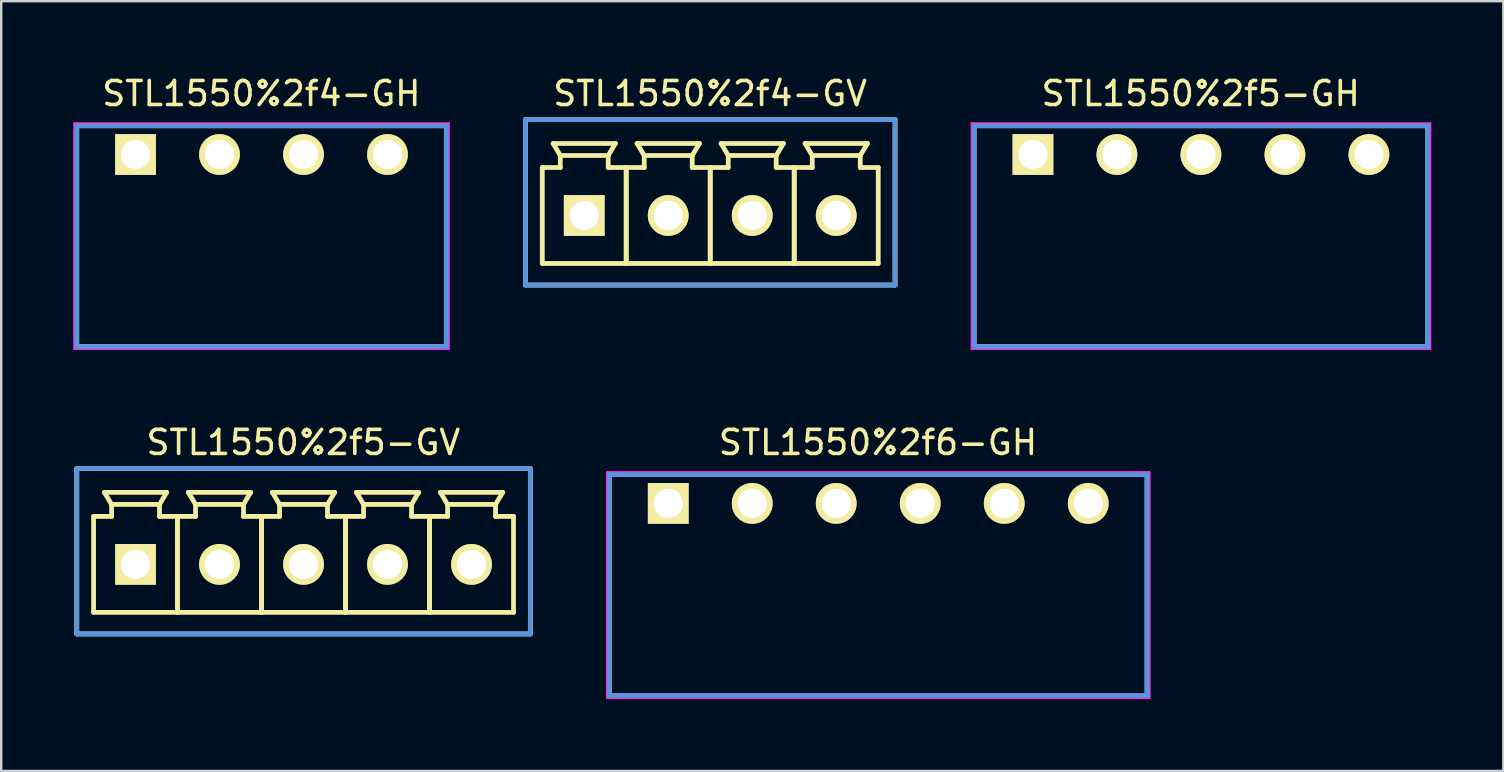
<source format=kicad_pcb>
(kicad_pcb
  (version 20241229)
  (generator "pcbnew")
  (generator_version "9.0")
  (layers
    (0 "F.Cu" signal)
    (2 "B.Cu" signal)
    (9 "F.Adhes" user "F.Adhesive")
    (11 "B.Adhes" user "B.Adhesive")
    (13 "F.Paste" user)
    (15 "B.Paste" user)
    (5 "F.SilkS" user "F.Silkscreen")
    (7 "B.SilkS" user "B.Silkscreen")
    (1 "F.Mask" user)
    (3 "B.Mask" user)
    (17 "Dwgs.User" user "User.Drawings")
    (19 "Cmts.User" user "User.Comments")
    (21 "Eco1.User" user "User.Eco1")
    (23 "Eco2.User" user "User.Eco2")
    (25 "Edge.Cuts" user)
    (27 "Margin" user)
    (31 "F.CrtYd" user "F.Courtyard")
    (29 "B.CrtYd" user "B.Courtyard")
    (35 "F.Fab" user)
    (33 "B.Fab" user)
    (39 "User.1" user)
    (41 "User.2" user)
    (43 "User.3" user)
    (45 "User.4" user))
  (footprint "STL1550%2f5-GV"
    (layer "F.Cu")
    (at 2.597 20.464)
    (property "Reference" "STL1550%2f5-GV" (at 6.99 -5.08 0) (layer "F.SilkS") (effects (font (size 1.001 1.001) (thickness 0.15))))
    (attr through_hole)
    (fp_line (start -2.449 -3.998) (end -2.449 2.898) (stroke (width 0.198) (type solid)) (layer "F.SilkS"))
    (fp_line (start -2.449 2.898) (end 16.449 2.898) (stroke (width 0.198) (type solid)) (layer "F.SilkS"))
    (fp_line (start -1.748 -1.999) (end -0.998 -1.999) (stroke (width 0.198) (type solid)) (layer "F.SilkS"))
    (fp_line (start -1.748 1.999) (end -1.748 -1.999) (stroke (width 0.198) (type solid)) (layer "F.SilkS"))
    (fp_line (start -1.298 -3) (end 1.298 -3) (stroke (width 0.198) (type solid)) (layer "F.SilkS"))
    (fp_line (start -0.998 -2.499) (end -1.298 -3) (stroke (width 0.198) (type solid)) (layer "F.SilkS"))
    (fp_line (start -0.998 -2.499) (end 0.998 -2.499) (stroke (width 0.198) (type solid)) (layer "F.SilkS"))
    (fp_line (start -0.998 -1.999) (end -0.998 -2.499) (stroke (width 0.198) (type solid)) (layer "F.SilkS"))
    (fp_line (start 0.998 -2.499) (end 0.998 -1.999) (stroke (width 0.198) (type solid)) (layer "F.SilkS"))
    (fp_line (start 0.998 -1.999) (end 1.748 -1.999) (stroke (width 0.198) (type solid)) (layer "F.SilkS"))
    (fp_line (start 1.298 -3) (end 0.998 -2.499) (stroke (width 0.198) (type solid)) (layer "F.SilkS"))
    (fp_line (start 1.748 -1.999) (end 1.748 1.999) (stroke (width 0.198) (type solid)) (layer "F.SilkS"))
    (fp_line (start 1.748 -1.999) (end 2.499 -1.999) (stroke (width 0.198) (type solid)) (layer "F.SilkS"))
    (fp_line (start 1.748 1.999) (end -1.748 1.999) (stroke (width 0.198) (type solid)) (layer "F.SilkS"))
    (fp_line (start 1.748 1.999) (end 1.748 -1.999) (stroke (width 0.198) (type solid)) (layer "F.SilkS"))
    (fp_line (start 2.2 -3) (end 4.798 -3) (stroke (width 0.198) (type solid)) (layer "F.SilkS"))
    (fp_line (start 2.499 -2.499) (end 2.2 -3) (stroke (width 0.198) (type solid)) (layer "F.SilkS"))
    (fp_line (start 2.499 -2.499) (end 4.498 -2.499) (stroke (width 0.198) (type solid)) (layer "F.SilkS"))
    (fp_line (start 2.499 -1.999) (end 2.499 -2.499) (stroke (width 0.198) (type solid)) (layer "F.SilkS"))
    (fp_line (start 4.498 -2.499) (end 4.498 -1.999) (stroke (width 0.198) (type solid)) (layer "F.SilkS"))
    (fp_line (start 4.498 -1.999) (end 5.248 -1.999) (stroke (width 0.198) (type solid)) (layer "F.SilkS"))
    (fp_line (start 4.798 -3) (end 4.498 -2.499) (stroke (width 0.198) (type solid)) (layer "F.SilkS"))
    (fp_line (start 5.248 -1.999) (end 5.248 1.999) (stroke (width 0.198) (type solid)) (layer "F.SilkS"))
    (fp_line (start 5.248 -1.999) (end 5.999 -1.999) (stroke (width 0.198) (type solid)) (layer "F.SilkS"))
    (fp_line (start 5.248 1.999) (end 1.748 1.999) (stroke (width 0.198) (type solid)) (layer "F.SilkS"))
    (fp_line (start 5.248 1.999) (end 5.248 -1.999) (stroke (width 0.198) (type solid)) (layer "F.SilkS"))
    (fp_line (start 5.7 -3) (end 8.298 -3) (stroke (width 0.198) (type solid)) (layer "F.SilkS"))
    (fp_line (start 5.999 -2.499) (end 5.7 -3) (stroke (width 0.198) (type solid)) (layer "F.SilkS"))
    (fp_line (start 5.999 -2.499) (end 7.998 -2.499) (stroke (width 0.198) (type solid)) (layer "F.SilkS"))
    (fp_line (start 5.999 -1.999) (end 5.999 -2.499) (stroke (width 0.198) (type solid)) (layer "F.SilkS"))
    (fp_line (start 7.998 -2.499) (end 7.998 -1.999) (stroke (width 0.198) (type solid)) (layer "F.SilkS"))
    (fp_line (start 7.998 -1.999) (end 8.748 -1.999) (stroke (width 0.198) (type solid)) (layer "F.SilkS"))
    (fp_line (start 8.298 -3) (end 7.998 -2.499) (stroke (width 0.198) (type solid)) (layer "F.SilkS"))
    (fp_line (start 8.748 -1.999) (end 8.748 1.999) (stroke (width 0.198) (type solid)) (layer "F.SilkS"))
    (fp_line (start 8.748 -1.999) (end 9.5 -1.999) (stroke (width 0.198) (type solid)) (layer "F.SilkS"))
    (fp_line (start 8.748 1.999) (end 5.248 1.999) (stroke (width 0.198) (type solid)) (layer "F.SilkS"))
    (fp_line (start 8.748 1.999) (end 8.748 -1.999) (stroke (width 0.198) (type solid)) (layer "F.SilkS"))
    (fp_line (start 9.2 -3) (end 11.798 -3) (stroke (width 0.198) (type solid)) (layer "F.SilkS"))
    (fp_line (start 9.5 -2.499) (end 9.2 -3) (stroke (width 0.198) (type solid)) (layer "F.SilkS"))
    (fp_line (start 9.5 -2.499) (end 11.499 -2.499) (stroke (width 0.198) (type solid)) (layer "F.SilkS"))
    (fp_line (start 9.5 -1.999) (end 9.5 -2.499) (stroke (width 0.198) (type solid)) (layer "F.SilkS"))
    (fp_line (start 11.499 -2.499) (end 11.499 -1.999) (stroke (width 0.198) (type solid)) (layer "F.SilkS"))
    (fp_line (start 11.499 -1.999) (end 12.248 -1.999) (stroke (width 0.198) (type solid)) (layer "F.SilkS"))
    (fp_line (start 11.798 -3) (end 11.499 -2.499) (stroke (width 0.198) (type solid)) (layer "F.SilkS"))
    (fp_line (start 12.248 -1.999) (end 12.248 1.999) (stroke (width 0.198) (type solid)) (layer "F.SilkS"))
    (fp_line (start 12.248 -1.999) (end 13 -1.999) (stroke (width 0.198) (type solid)) (layer "F.SilkS"))
    (fp_line (start 12.248 1.999) (end 8.748 1.999) (stroke (width 0.198) (type solid)) (layer "F.SilkS"))
    (fp_line (start 12.248 1.999) (end 12.248 -1.999) (stroke (width 0.198) (type solid)) (layer "F.SilkS"))
    (fp_line (start 12.7 -3) (end 15.298 -3) (stroke (width 0.198) (type solid)) (layer "F.SilkS"))
    (fp_line (start 13 -2.499) (end 12.7 -3) (stroke (width 0.198) (type solid)) (layer "F.SilkS"))
    (fp_line (start 13 -2.499) (end 14.999 -2.499) (stroke (width 0.198) (type solid)) (layer "F.SilkS"))
    (fp_line (start 13 -1.999) (end 13 -2.499) (stroke (width 0.198) (type solid)) (layer "F.SilkS"))
    (fp_line (start 14.999 -2.499) (end 14.999 -1.999) (stroke (width 0.198) (type solid)) (layer "F.SilkS"))
    (fp_line (start 14.999 -1.999) (end 15.748 -1.999) (stroke (width 0.198) (type solid)) (layer "F.SilkS"))
    (fp_line (start 15.298 -3) (end 14.999 -2.499) (stroke (width 0.198) (type solid)) (layer "F.SilkS"))
    (fp_line (start 15.748 -1.999) (end 15.748 1.999) (stroke (width 0.198) (type solid)) (layer "F.SilkS"))
    (fp_line (start 15.748 1.999) (end 12.248 1.999) (stroke (width 0.198) (type solid)) (layer "F.SilkS"))
    (fp_line (start 16.449 -3.998) (end -2.449 -3.998) (stroke (width 0.198) (type solid)) (layer "F.SilkS"))
    (fp_line (start 16.449 2.898) (end 16.449 -3.998) (stroke (width 0.198) (type solid)) (layer "F.SilkS"))
    (fp_line (start -2.449 -3.998) (end -2.449 2.898) (stroke (width 0.198) (type solid)) (layer "Cmts.User"))
    (fp_line (start -2.449 2.898) (end 16.449 2.898) (stroke (width 0.198) (type solid)) (layer "Cmts.User"))
    (fp_line (start 16.449 -3.998) (end -2.449 -3.998) (stroke (width 0.198) (type solid)) (layer "Cmts.User"))
    (fp_line (start 16.449 2.898) (end 16.449 -3.998) (stroke (width 0.198) (type solid)) (layer "Cmts.User"))
    (fp_line (start -2.548 -4.1) (end -2.548 3) (stroke (width 0.099) (type solid)) (layer "Eco1.User"))
    (fp_line (start -2.548 3) (end 16.548 3) (stroke (width 0.099) (type solid)) (layer "Eco1.User"))
    (fp_line (start 16.548 -4.1) (end -2.548 -4.1) (stroke (width 0.099) (type solid)) (layer "Eco1.User"))
    (fp_line (start 16.548 3) (end 16.548 -4.1) (stroke (width 0.099) (type solid)) (layer "Eco1.User"))
    (pad "1" thru_hole rect (at 0 0) (size 1.699 1.699) (drill 1.219) (layers "*.Cu" "*.Mask" "F.SilkS"))
    (pad "2" thru_hole circle (at 3.498 0) (size 1.699 1.699) (drill 1.219) (layers "*.Cu" "*.Mask" "F.SilkS"))
    (pad "3" thru_hole circle (at 6.998 0) (size 1.699 1.699) (drill 1.219) (layers "*.Cu" "*.Mask" "F.SilkS"))
    (pad "4" thru_hole circle (at 10.498 0) (size 1.699 1.699) (drill 1.219) (layers "*.Cu" "*.Mask" "F.SilkS"))
    (pad "5" thru_hole circle (at 13.998 0) (size 1.699 1.699) (drill 1.219) (layers "*.Cu" "*.Mask" "F.SilkS")))
  (footprint "STL1550%2f4-GH"
    (layer "F.Cu")
    (at 2.597 3.388)
    (property "Reference" "STL1550%2f4-GH" (at 5.243 -2.54 0) (layer "F.SilkS") (effects (font (size 1.001 1.001) (thickness 0.15))))
    (attr through_hole)
    (fp_line (start -2.449 -1.199) (end -2.449 7.998) (stroke (width 0.198) (type solid)) (layer "F.SilkS"))
    (fp_line (start -2.449 7.998) (end 12.949 7.998) (stroke (width 0.198) (type solid)) (layer "F.SilkS"))
    (fp_line (start 12.949 -1.199) (end -2.449 -1.199) (stroke (width 0.198) (type solid)) (layer "F.SilkS"))
    (fp_line (start 12.949 7.998) (end 12.949 -1.199) (stroke (width 0.198) (type solid)) (layer "F.SilkS"))
    (fp_line (start -2.449 -1.199) (end -2.449 7.998) (stroke (width 0.198) (type solid)) (layer "Cmts.User"))
    (fp_line (start -2.449 7.998) (end 12.949 7.998) (stroke (width 0.198) (type solid)) (layer "Cmts.User"))
    (fp_line (start 12.949 -1.199) (end -2.449 -1.199) (stroke (width 0.198) (type solid)) (layer "Cmts.User"))
    (fp_line (start 12.949 7.998) (end 12.949 -1.199) (stroke (width 0.198) (type solid)) (layer "Cmts.User"))
    (fp_line (start -2.548 -1.298) (end -2.548 8.098) (stroke (width 0.099) (type solid)) (layer "F.CrtYd"))
    (fp_line (start -2.548 8.098) (end 13.048 8.098) (stroke (width 0.099) (type solid)) (layer "F.CrtYd"))
    (fp_line (start 13.048 -1.298) (end -2.548 -1.298) (stroke (width 0.099) (type solid)) (layer "F.CrtYd"))
    (fp_line (start 13.048 8.098) (end 13.048 -1.298) (stroke (width 0.099) (type solid)) (layer "F.CrtYd"))
    (pad "1" thru_hole rect (at 0 0) (size 1.699 1.699) (drill 1.219) (layers "*.Cu" "*.Mask" "F.SilkS"))
    (pad "2" thru_hole circle (at 3.498 0) (size 1.699 1.699) (drill 1.219) (layers "*.Cu" "*.Mask" "F.SilkS"))
    (pad "3" thru_hole circle (at 6.998 0) (size 1.699 1.699) (drill 1.219) (layers "*.Cu" "*.Mask" "F.SilkS"))
    (pad "4" thru_hole circle (at 10.498 0) (size 1.699 1.699) (drill 1.219) (layers "*.Cu" "*.Mask" "F.SilkS")))
  (footprint "STL1550%2f6-GH"
    (layer "F.Cu")
    (at 24.792 17.924)
    (property "Reference" "STL1550%2f6-GH" (at 8.738 -2.54 0) (layer "F.SilkS") (effects (font (size 1.001 1.001) (thickness 0.15))))
    (attr through_hole)
    (fp_line (start -2.449 -1.199) (end -2.449 7.998) (stroke (width 0.198) (type solid)) (layer "F.SilkS"))
    (fp_line (start -2.449 7.998) (end 19.949 7.998) (stroke (width 0.198) (type solid)) (layer "F.SilkS"))
    (fp_line (start 19.949 -1.199) (end -2.449 -1.199) (stroke (width 0.198) (type solid)) (layer "F.SilkS"))
    (fp_line (start 19.949 7.998) (end 19.949 -1.199) (stroke (width 0.198) (type solid)) (layer "F.SilkS"))
    (fp_line (start -2.449 -1.199) (end -2.449 7.998) (stroke (width 0.198) (type solid)) (layer "Cmts.User"))
    (fp_line (start -2.449 7.998) (end 19.949 7.998) (stroke (width 0.198) (type solid)) (layer "Cmts.User"))
    (fp_line (start 19.949 -1.199) (end -2.449 -1.199) (stroke (width 0.198) (type solid)) (layer "Cmts.User"))
    (fp_line (start 19.949 7.998) (end 19.949 -1.199) (stroke (width 0.198) (type solid)) (layer "Cmts.User"))
    (fp_line (start -2.548 -1.298) (end -2.548 8.098) (stroke (width 0.099) (type solid)) (layer "F.CrtYd"))
    (fp_line (start -2.548 8.098) (end 20.048 8.098) (stroke (width 0.099) (type solid)) (layer "F.CrtYd"))
    (fp_line (start 20.048 -1.298) (end -2.548 -1.298) (stroke (width 0.099) (type solid)) (layer "F.CrtYd"))
    (fp_line (start 20.048 8.098) (end 20.048 -1.298) (stroke (width 0.099) (type solid)) (layer "F.CrtYd"))
    (pad "1" thru_hole rect (at 0 0) (size 1.699 1.699) (drill 1.219) (layers "*.Cu" "*.Mask" "F.SilkS"))
    (pad "2" thru_hole circle (at 3.498 0) (size 1.699 1.699) (drill 1.219) (layers "*.Cu" "*.Mask" "F.SilkS"))
    (pad "3" thru_hole circle (at 6.998 0) (size 1.699 1.699) (drill 1.219) (layers "*.Cu" "*.Mask" "F.SilkS"))
    (pad "4" thru_hole circle (at 10.498 0) (size 1.699 1.699) (drill 1.219) (layers "*.Cu" "*.Mask" "F.SilkS"))
    (pad "5" thru_hole circle (at 13.998 0) (size 1.699 1.699) (drill 1.219) (layers "*.Cu" "*.Mask" "F.SilkS"))
    (pad "6" thru_hole circle (at 17.498 0) (size 1.699 1.699) (drill 1.219) (layers "*.Cu" "*.Mask" "F.SilkS")))
  (footprint "STL1550%2f4-GV"
    (layer "F.Cu")
    (at 21.292 5.928)
    (property "Reference" "STL1550%2f4-GV" (at 5.243 -5.08 0) (layer "F.SilkS") (effects (font (size 1.001 1.001) (thickness 0.15))))
    (attr through_hole)
    (fp_line (start -2.449 -3.998) (end -2.449 2.898) (stroke (width 0.198) (type solid)) (layer "F.SilkS"))
    (fp_line (start -2.449 2.898) (end 12.949 2.898) (stroke (width 0.198) (type solid)) (layer "F.SilkS"))
    (fp_line (start -1.748 -1.999) (end -0.998 -1.999) (stroke (width 0.198) (type solid)) (layer "F.SilkS"))
    (fp_line (start -1.748 1.999) (end -1.748 -1.999) (stroke (width 0.198) (type solid)) (layer "F.SilkS"))
    (fp_line (start -1.298 -3) (end 1.298 -3) (stroke (width 0.198) (type solid)) (layer "F.SilkS"))
    (fp_line (start -0.998 -2.499) (end -1.298 -3) (stroke (width 0.198) (type solid)) (layer "F.SilkS"))
    (fp_line (start -0.998 -2.499) (end 0.998 -2.499) (stroke (width 0.198) (type solid)) (layer "F.SilkS"))
    (fp_line (start -0.998 -1.999) (end -0.998 -2.499) (stroke (width 0.198) (type solid)) (layer "F.SilkS"))
    (fp_line (start 0.998 -2.499) (end 0.998 -1.999) (stroke (width 0.198) (type solid)) (layer "F.SilkS"))
    (fp_line (start 0.998 -1.999) (end 1.748 -1.999) (stroke (width 0.198) (type solid)) (layer "F.SilkS"))
    (fp_line (start 1.298 -3) (end 0.998 -2.499) (stroke (width 0.198) (type solid)) (layer "F.SilkS"))
    (fp_line (start 1.748 -1.999) (end 1.748 1.999) (stroke (width 0.198) (type solid)) (layer "F.SilkS"))
    (fp_line (start 1.748 -1.999) (end 2.499 -1.999) (stroke (width 0.198) (type solid)) (layer "F.SilkS"))
    (fp_line (start 1.748 1.999) (end -1.748 1.999) (stroke (width 0.198) (type solid)) (layer "F.SilkS"))
    (fp_line (start 1.748 1.999) (end 1.748 -1.999) (stroke (width 0.198) (type solid)) (layer "F.SilkS"))
    (fp_line (start 2.2 -3) (end 4.798 -3) (stroke (width 0.198) (type solid)) (layer "F.SilkS"))
    (fp_line (start 2.499 -2.499) (end 2.2 -3) (stroke (width 0.198) (type solid)) (layer "F.SilkS"))
    (fp_line (start 2.499 -2.499) (end 4.498 -2.499) (stroke (width 0.198) (type solid)) (layer "F.SilkS"))
    (fp_line (start 2.499 -1.999) (end 2.499 -2.499) (stroke (width 0.198) (type solid)) (layer "F.SilkS"))
    (fp_line (start 4.498 -2.499) (end 4.498 -1.999) (stroke (width 0.198) (type solid)) (layer "F.SilkS"))
    (fp_line (start 4.498 -1.999) (end 5.248 -1.999) (stroke (width 0.198) (type solid)) (layer "F.SilkS"))
    (fp_line (start 4.798 -3) (end 4.498 -2.499) (stroke (width 0.198) (type solid)) (layer "F.SilkS"))
    (fp_line (start 5.248 -1.999) (end 5.248 1.999) (stroke (width 0.198) (type solid)) (layer "F.SilkS"))
    (fp_line (start 5.248 -1.999) (end 5.999 -1.999) (stroke (width 0.198) (type solid)) (layer "F.SilkS"))
    (fp_line (start 5.248 1.999) (end 1.748 1.999) (stroke (width 0.198) (type solid)) (layer "F.SilkS"))
    (fp_line (start 5.248 1.999) (end 5.248 -1.999) (stroke (width 0.198) (type solid)) (layer "F.SilkS"))
    (fp_line (start 5.7 -3) (end 8.298 -3) (stroke (width 0.198) (type solid)) (layer "F.SilkS"))
    (fp_line (start 5.999 -2.499) (end 5.7 -3) (stroke (width 0.198) (type solid)) (layer "F.SilkS"))
    (fp_line (start 5.999 -2.499) (end 7.998 -2.499) (stroke (width 0.198) (type solid)) (layer "F.SilkS"))
    (fp_line (start 5.999 -1.999) (end 5.999 -2.499) (stroke (width 0.198) (type solid)) (layer "F.SilkS"))
    (fp_line (start 7.998 -2.499) (end 7.998 -1.999) (stroke (width 0.198) (type solid)) (layer "F.SilkS"))
    (fp_line (start 7.998 -1.999) (end 8.748 -1.999) (stroke (width 0.198) (type solid)) (layer "F.SilkS"))
    (fp_line (start 8.298 -3) (end 7.998 -2.499) (stroke (width 0.198) (type solid)) (layer "F.SilkS"))
    (fp_line (start 8.748 -1.999) (end 8.748 1.999) (stroke (width 0.198) (type solid)) (layer "F.SilkS"))
    (fp_line (start 8.748 -1.999) (end 9.5 -1.999) (stroke (width 0.198) (type solid)) (layer "F.SilkS"))
    (fp_line (start 8.748 1.999) (end 5.248 1.999) (stroke (width 0.198) (type solid)) (layer "F.SilkS"))
    (fp_line (start 8.748 1.999) (end 8.748 -1.999) (stroke (width 0.198) (type solid)) (layer "F.SilkS"))
    (fp_line (start 9.2 -3) (end 11.798 -3) (stroke (width 0.198) (type solid)) (layer "F.SilkS"))
    (fp_line (start 9.5 -2.499) (end 9.2 -3) (stroke (width 0.198) (type solid)) (layer "F.SilkS"))
    (fp_line (start 9.5 -2.499) (end 11.499 -2.499) (stroke (width 0.198) (type solid)) (layer "F.SilkS"))
    (fp_line (start 9.5 -1.999) (end 9.5 -2.499) (stroke (width 0.198) (type solid)) (layer "F.SilkS"))
    (fp_line (start 11.499 -2.499) (end 11.499 -1.999) (stroke (width 0.198) (type solid)) (layer "F.SilkS"))
    (fp_line (start 11.499 -1.999) (end 12.248 -1.999) (stroke (width 0.198) (type solid)) (layer "F.SilkS"))
    (fp_line (start 11.798 -3) (end 11.499 -2.499) (stroke (width 0.198) (type solid)) (layer "F.SilkS"))
    (fp_line (start 12.248 -1.999) (end 12.248 1.999) (stroke (width 0.198) (type solid)) (layer "F.SilkS"))
    (fp_line (start 12.248 1.999) (end 8.748 1.999) (stroke (width 0.198) (type solid)) (layer "F.SilkS"))
    (fp_line (start 12.949 -3.998) (end -2.449 -3.998) (stroke (width 0.198) (type solid)) (layer "F.SilkS"))
    (fp_line (start 12.949 2.898) (end 12.949 -3.998) (stroke (width 0.198) (type solid)) (layer "F.SilkS"))
    (fp_line (start -2.449 -3.998) (end -2.449 2.898) (stroke (width 0.198) (type solid)) (layer "Cmts.User"))
    (fp_line (start -2.449 2.898) (end 12.949 2.898) (stroke (width 0.198) (type solid)) (layer "Cmts.User"))
    (fp_line (start 12.949 -3.998) (end -2.449 -3.998) (stroke (width 0.198) (type solid)) (layer "Cmts.User"))
    (fp_line (start 12.949 2.898) (end 12.949 -3.998) (stroke (width 0.198) (type solid)) (layer "Cmts.User"))
    (fp_line (start -2.548 -4.1) (end -2.548 3) (stroke (width 0.099) (type solid)) (layer "Eco1.User"))
    (fp_line (start -2.548 3) (end 13.048 3) (stroke (width 0.099) (type solid)) (layer "Eco1.User"))
    (fp_line (start 13.048 -4.1) (end -2.548 -4.1) (stroke (width 0.099) (type solid)) (layer "Eco1.User"))
    (fp_line (start 13.048 3) (end 13.048 -4.1) (stroke (width 0.099) (type solid)) (layer "Eco1.User"))
    (pad "1" thru_hole rect (at 0 0) (size 1.699 1.699) (drill 1.219) (layers "*.Cu" "*.Mask" "F.SilkS"))
    (pad "2" thru_hole circle (at 3.498 0) (size 1.699 1.699) (drill 1.219) (layers "*.Cu" "*.Mask" "F.SilkS"))
    (pad "3" thru_hole circle (at 6.998 0) (size 1.699 1.699) (drill 1.219) (layers "*.Cu" "*.Mask" "F.SilkS"))
    (pad "4" thru_hole circle (at 10.498 0) (size 1.699 1.699) (drill 1.219) (layers "*.Cu" "*.Mask" "F.SilkS")))
  (footprint "STL1550%2f5-GH"
    (layer "F.Cu")
    (at 39.986 3.388)
    (property "Reference" "STL1550%2f5-GH" (at 6.99 -2.54 0) (layer "F.SilkS") (effects (font (size 1.001 1.001) (thickness 0.15))))
    (attr through_hole)
    (fp_line (start -2.449 -1.199) (end -2.449 7.998) (stroke (width 0.198) (type solid)) (layer "F.SilkS"))
    (fp_line (start -2.449 7.998) (end 16.449 7.998) (stroke (width 0.198) (type solid)) (layer "F.SilkS"))
    (fp_line (start 16.449 -1.199) (end -2.449 -1.199) (stroke (width 0.198) (type solid)) (layer "F.SilkS"))
    (fp_line (start 16.449 7.998) (end 16.449 -1.199) (stroke (width 0.198) (type solid)) (layer "F.SilkS"))
    (fp_line (start -2.449 -1.199) (end -2.449 7.998) (stroke (width 0.198) (type solid)) (layer "Cmts.User"))
    (fp_line (start -2.449 7.998) (end 16.449 7.998) (stroke (width 0.198) (type solid)) (layer "Cmts.User"))
    (fp_line (start 16.449 -1.199) (end -2.449 -1.199) (stroke (width 0.198) (type solid)) (layer "Cmts.User"))
    (fp_line (start 16.449 7.998) (end 16.449 -1.199) (stroke (width 0.198) (type solid)) (layer "Cmts.User"))
    (fp_line (start -2.548 -1.298) (end -2.548 8.098) (stroke (width 0.099) (type solid)) (layer "F.CrtYd"))
    (fp_line (start -2.548 8.098) (end 16.548 8.098) (stroke (width 0.099) (type solid)) (layer "F.CrtYd"))
    (fp_line (start 16.548 -1.298) (end -2.548 -1.298) (stroke (width 0.099) (type solid)) (layer "F.CrtYd"))
    (fp_line (start 16.548 8.098) (end 16.548 -1.298) (stroke (width 0.099) (type solid)) (layer "F.CrtYd"))
    (pad "1" thru_hole rect (at 0 0) (size 1.699 1.699) (drill 1.219) (layers "*.Cu" "*.Mask" "F.SilkS"))
    (pad "2" thru_hole circle (at 3.498 0) (size 1.699 1.699) (drill 1.219) (layers "*.Cu" "*.Mask" "F.SilkS"))
    (pad "3" thru_hole circle (at 6.998 0) (size 1.699 1.699) (drill 1.219) (layers "*.Cu" "*.Mask" "F.SilkS"))
    (pad "4" thru_hole circle (at 10.498 0) (size 1.699 1.699) (drill 1.219) (layers "*.Cu" "*.Mask" "F.SilkS"))
    (pad "5" thru_hole circle (at 13.998 0) (size 1.699 1.699) (drill 1.219) (layers "*.Cu" "*.Mask" "F.SilkS")))
  (gr_rect
    (start -3 -3)
    (end 59.584 29.071)
    (stroke (width 0.1) (type default))
    (fill no)
    (layer "Edge.Cuts")))
</source>
